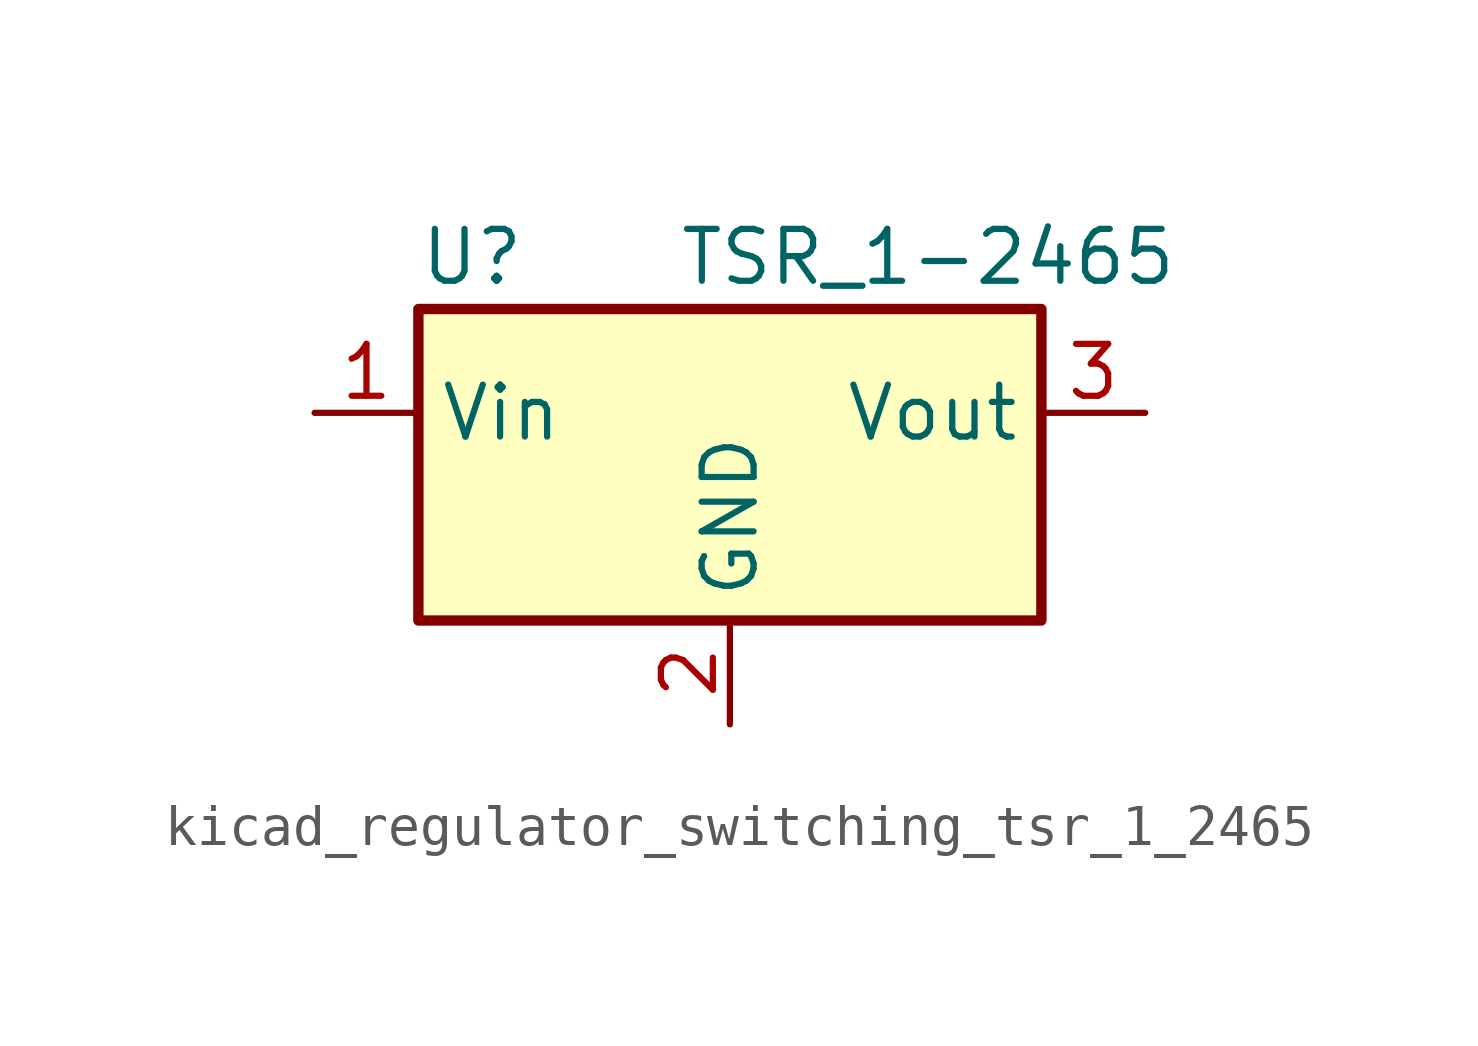
<source format=kicad_sym>
(kicad_symbol_lib
  (version 20220914)
  (generator kicad_symbol_editor)
  (symbol "kicad_regulator_switching_tsr_1_2465"
    (property "Reference" "U"
      (at -7.62 6.35 0)
      (effects (font (size 1.27 1.27)) (justify left)))
    (property "Value" "TSR_1-2465"
      (at -1.27 6.35 0)
      (effects (font (size 1.27 1.27)) (justify left)))
    (symbol "kicad_regulator_switching_tsr_1_2465_0_1"
      (rectangle (start -7.62 5.08) (end 7.62 -2.54) (stroke (width 0.254) (type default)) (fill (type background))))
    (symbol "kicad_regulator_switching_tsr_1_2465_1_1"
      (pin power_in line (at -10.16 2.54 0) (length 2.54) (name "Vin" (effects (font (size 1.27 1.27)))) (number "1" (effects (font (size 1.27 1.27)))))
      (pin power_in line (at 0 -5.08 90) (length 2.54) (name "GND" (effects (font (size 1.27 1.27)))) (number "2" (effects (font (size 1.27 1.27)))))
      (pin power_out line (at 10.16 2.54 180) (length 2.54) (name "Vout" (effects (font (size 1.27 1.27)))) (number "3" (effects (font (size 1.27 1.27))))))))
</source>
